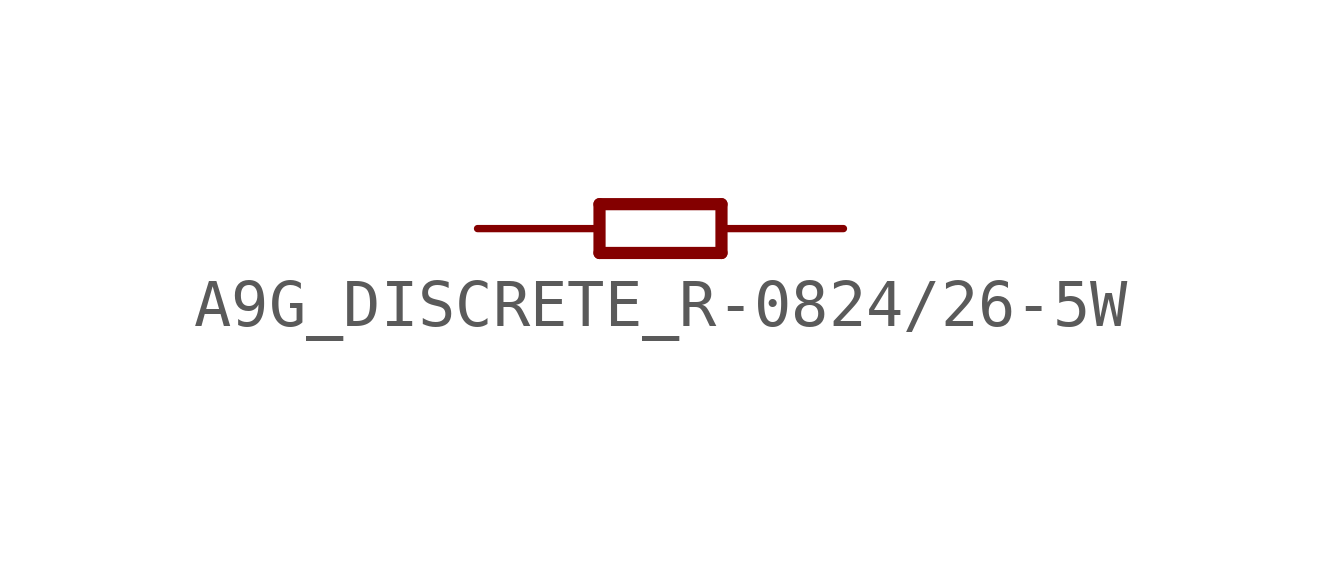
<source format=kicad_sym>
(kicad_symbol_lib
  (version 20231120)
  (generator "kicad_symbol_editor")
  (generator_version "8.0")
  (symbol "A9G_DISCRETE_R-0824/26-5W"
    (property "Reference" "R"
      (at -3.81 0 0)
      (effects (font (size 1.27 1.079)) (justify left bottom) (hide yes)))
    (property "ki_locked" ""
      (at 0 0 0)
      (effects (font (size 1.27 1.27))))
    (symbol "A9G_DISCRETE_R-0824/26-5W_1_0"
      (polyline (pts (xy -1.27 -0.508) (xy -1.27 0.508)) (stroke (width 0.254) (type solid)) (fill (type none)))
      (polyline (pts (xy -1.27 0.508) (xy 1.27 0.508)) (stroke (width 0.254) (type solid)) (fill (type none)))
      (polyline (pts (xy 1.27 -0.508) (xy -1.27 -0.508)) (stroke (width 0.254) (type solid)) (fill (type none)))
      (polyline (pts (xy 1.27 0.508) (xy 1.27 -0.508)) (stroke (width 0.254) (type solid)) (fill (type none)))
      (pin passive line (at -3.81 0 0) (length 2.54) (name "1" (effects (font (size 0 0)))) (number "1" (effects (font (size 0 0)))))
      (pin passive line (at 3.81 0 180) (length 2.54) (name "2" (effects (font (size 0 0)))) (number "2" (effects (font (size 0 0))))))))
</source>
